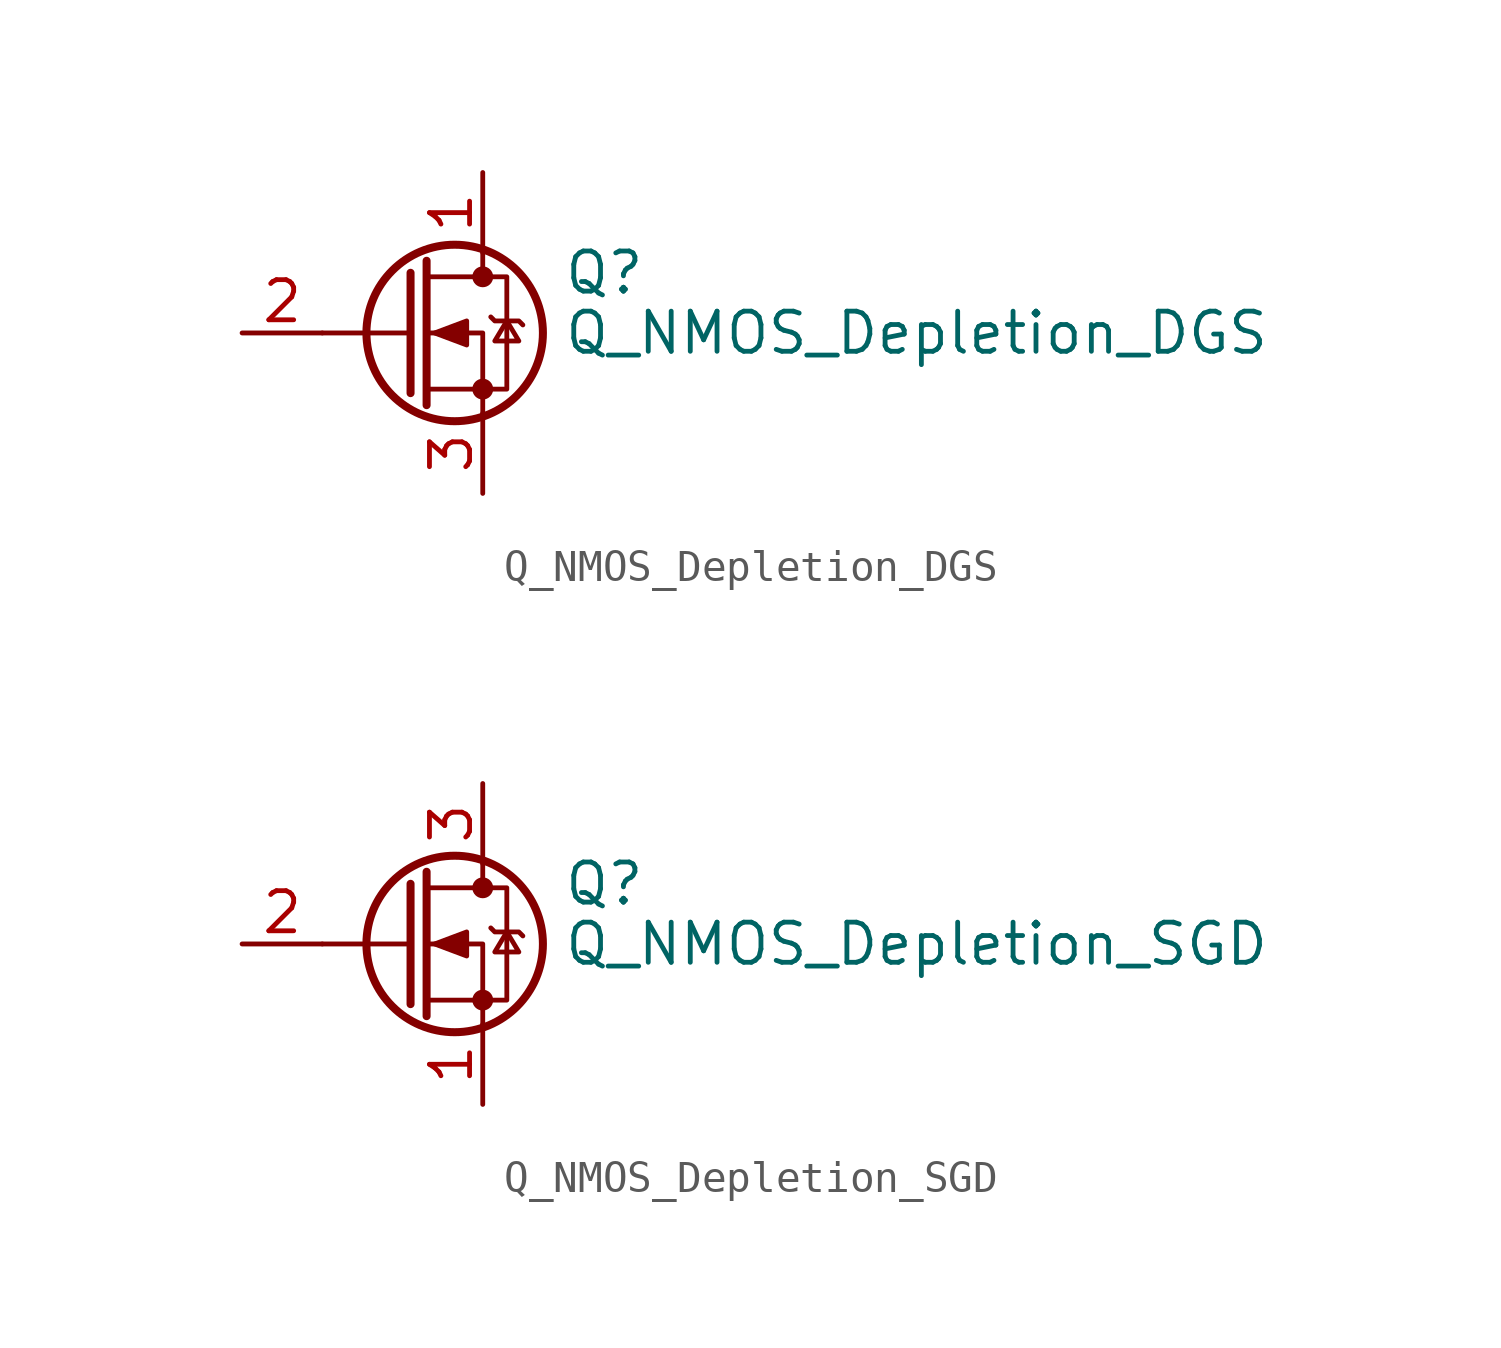
<source format=kicad_sym>
(kicad_symbol_lib
  (version 20241209)
  (generator "kicad_symbol_editor")
  (generator_version "9.0")
  (symbol "Q_NMOS_Depletion_DGS"
    (pin_names
      (offset 0)
      (hide yes))
    (property "Reference" "Q"
      (at 5.08 1.905 0)
      (effects (font (size 1.27 1.27)) (justify left)))
    (property "Value" "Q_NMOS_Depletion_DGS"
      (at 5.08 0 0)
      (effects (font (size 1.27 1.27)) (justify left)))
    (symbol "Q_NMOS_Depletion_DGS_0_1"
      (polyline (pts (xy 0.254 1.905) (xy 0.254 -1.905)) (stroke (width 0.254) (type default)) (fill (type none)))
      (polyline (pts (xy 0.254 0) (xy -2.54 0)) (stroke (width 0) (type default)) (fill (type none)))
      (polyline (pts (xy 0.762 2.286) (xy 0.762 -2.286)) (stroke (width 0.254) (type default)) (fill (type none)))
      (polyline (pts (xy 0.762 -1.778) (xy 3.302 -1.778) (xy 3.302 1.778) (xy 0.762 1.778)) (stroke (width 0) (type default)) (fill (type none)))
      (polyline (pts (xy 1.016 0) (xy 2.032 0.381) (xy 2.032 -0.381) (xy 1.016 0)) (stroke (width 0) (type default)) (fill (type outline)))
      (circle (center 1.651 0) (radius 2.794) (stroke (width 0.254) (type default)) (fill (type none)))
      (polyline (pts (xy 2.54 2.54) (xy 2.54 1.778)) (stroke (width 0) (type default)) (fill (type none)))
      (circle (center 2.54 1.778) (radius 0.254) (stroke (width 0) (type default)) (fill (type outline)))
      (circle (center 2.54 -1.778) (radius 0.254) (stroke (width 0) (type default)) (fill (type outline)))
      (polyline (pts (xy 2.54 -2.54) (xy 2.54 0) (xy 0.762 0)) (stroke (width 0) (type default)) (fill (type none)))
      (polyline (pts (xy 2.794 0.508) (xy 2.921 0.381) (xy 3.683 0.381) (xy 3.81 0.254)) (stroke (width 0) (type default)) (fill (type none)))
      (polyline (pts (xy 3.302 0.381) (xy 2.921 -0.254) (xy 3.683 -0.254) (xy 3.302 0.381)) (stroke (width 0) (type default)) (fill (type none))))
    (symbol "Q_NMOS_Depletion_DGS_1_1"
      (pin input line (at -5.08 0 0) (length 2.54) (name "G" (effects (font (size 1.27 1.27)))) (number "2" (effects (font (size 1.27 1.27)))))
      (pin passive line (at 2.54 5.08 270) (length 2.54) (name "D" (effects (font (size 1.27 1.27)))) (number "1" (effects (font (size 1.27 1.27)))))
      (pin passive line (at 2.54 -5.08 90) (length 2.54) (name "S" (effects (font (size 1.27 1.27)))) (number "3" (effects (font (size 1.27 1.27)))))))
  (symbol "Q_NMOS_Depletion_SGD"
    (pin_names
      (offset 0)
      (hide yes))
    (property "Reference" "Q"
      (at 5.08 1.905 0)
      (effects (font (size 1.27 1.27)) (justify left)))
    (property "Value" "Q_NMOS_Depletion_SGD"
      (at 5.08 0 0)
      (effects (font (size 1.27 1.27)) (justify left)))
    (symbol "Q_NMOS_Depletion_SGD_0_1"
      (polyline (pts (xy 0.254 1.905) (xy 0.254 -1.905)) (stroke (width 0.254) (type default)) (fill (type none)))
      (polyline (pts (xy 0.254 0) (xy -2.54 0)) (stroke (width 0) (type default)) (fill (type none)))
      (polyline (pts (xy 0.762 2.286) (xy 0.762 -2.286)) (stroke (width 0.254) (type default)) (fill (type none)))
      (polyline (pts (xy 0.762 -1.778) (xy 3.302 -1.778) (xy 3.302 1.778) (xy 0.762 1.778)) (stroke (width 0) (type default)) (fill (type none)))
      (polyline (pts (xy 1.016 0) (xy 2.032 0.381) (xy 2.032 -0.381) (xy 1.016 0)) (stroke (width 0) (type default)) (fill (type outline)))
      (circle (center 1.651 0) (radius 2.794) (stroke (width 0.254) (type default)) (fill (type none)))
      (polyline (pts (xy 2.54 2.54) (xy 2.54 1.778)) (stroke (width 0) (type default)) (fill (type none)))
      (circle (center 2.54 1.778) (radius 0.254) (stroke (width 0) (type default)) (fill (type outline)))
      (circle (center 2.54 -1.778) (radius 0.254) (stroke (width 0) (type default)) (fill (type outline)))
      (polyline (pts (xy 2.54 -2.54) (xy 2.54 0) (xy 0.762 0)) (stroke (width 0) (type default)) (fill (type none)))
      (polyline (pts (xy 2.794 0.508) (xy 2.921 0.381) (xy 3.683 0.381) (xy 3.81 0.254)) (stroke (width 0) (type default)) (fill (type none)))
      (polyline (pts (xy 3.302 0.381) (xy 2.921 -0.254) (xy 3.683 -0.254) (xy 3.302 0.381)) (stroke (width 0) (type default)) (fill (type none))))
    (symbol "Q_NMOS_Depletion_SGD_1_1"
      (pin input line (at -5.08 0 0) (length 2.54) (name "G" (effects (font (size 1.27 1.27)))) (number "2" (effects (font (size 1.27 1.27)))))
      (pin passive line (at 2.54 5.08 270) (length 2.54) (name "D" (effects (font (size 1.27 1.27)))) (number "3" (effects (font (size 1.27 1.27)))))
      (pin passive line (at 2.54 -5.08 90) (length 2.54) (name "S" (effects (font (size 1.27 1.27)))) (number "1" (effects (font (size 1.27 1.27))))))))
</source>
